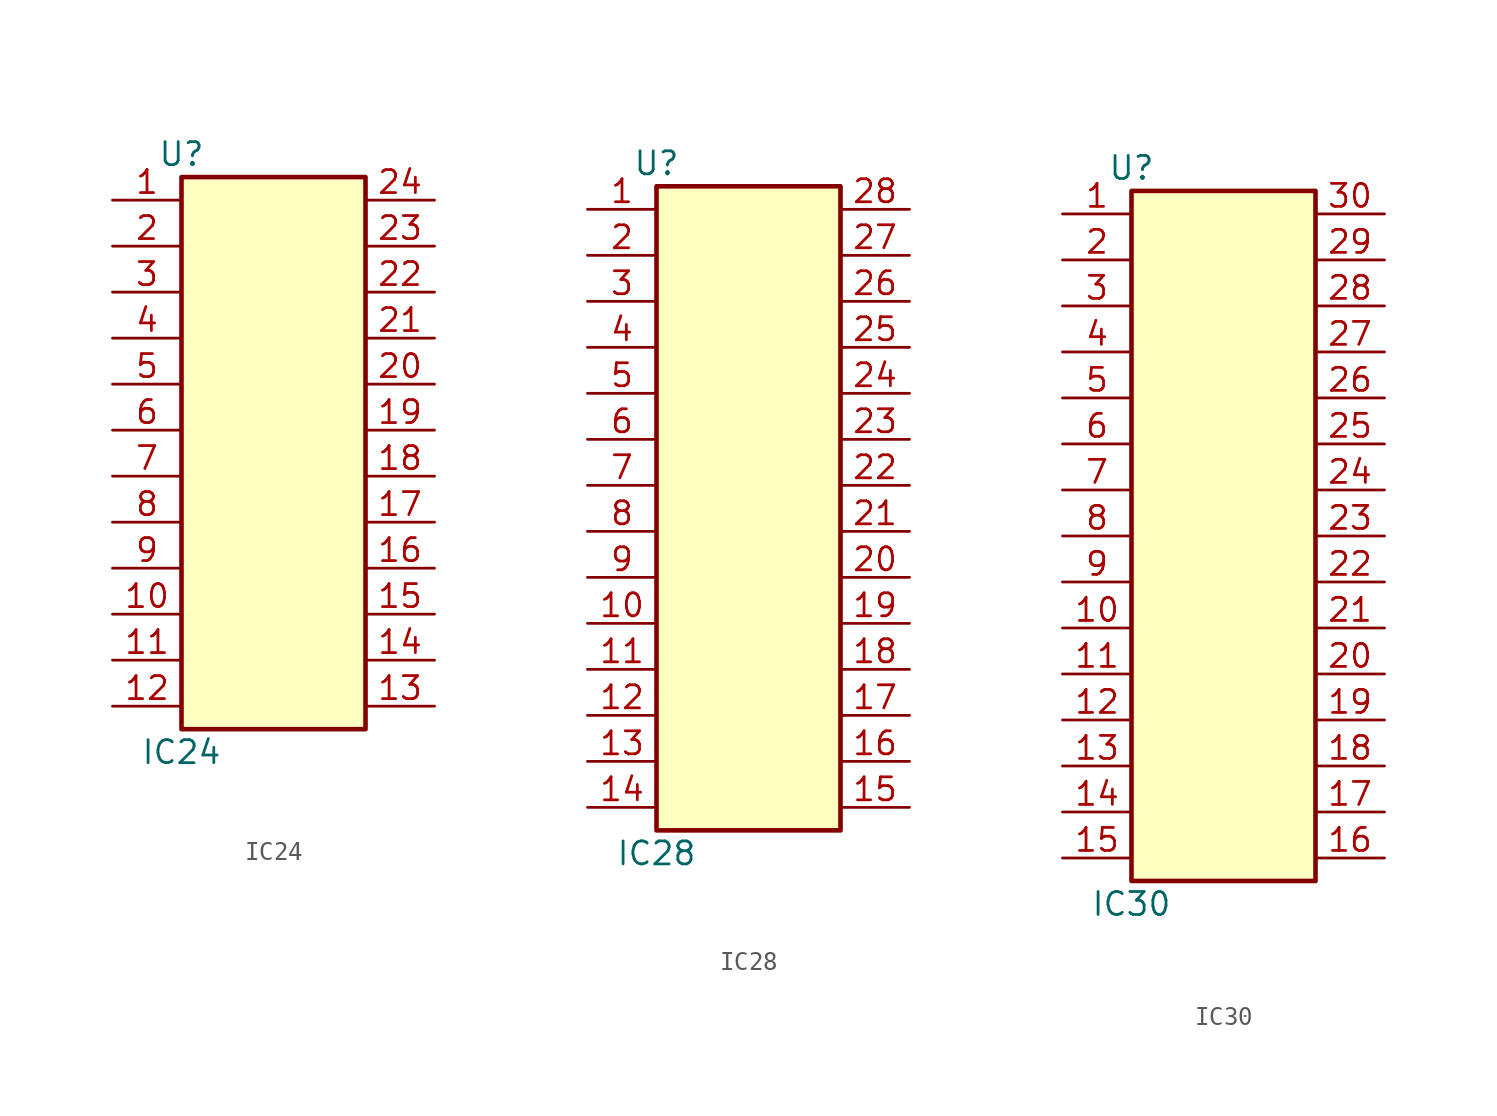
<source format=kicad_sym>
(kicad_symbol_lib
  (version 20211014)
  (generator kicad_symbol_editor)
  (symbol "IC24"
    (property "Reference" "U"
      (at -5.08 15.24 0)
      (effects (font (size 1.27 1.27))))
    (property "Value" "IC24"
      (at -5.08 -17.78 0)
      (effects (font (size 1.27 1.27))))
    (symbol "IC24_1_1"
      (rectangle (start -5.08 13.97) (end 5.08 -16.51) (stroke (width 0.254) (type default) (color 0 0 0 0)) (fill (type background)))
      (pin passive line (at -8.89 12.7 0) (length 3.81) (name "~" (effects (font (size 1.27 1.27)))) (number "1" (effects (font (size 1.27 1.27)))))
      (pin passive line (at -8.89 -10.16 0) (length 3.81) (name "~" (effects (font (size 1.27 1.27)))) (number "10" (effects (font (size 1.27 1.27)))))
      (pin passive line (at -8.89 -12.7 0) (length 3.81) (name "~" (effects (font (size 1.27 1.27)))) (number "11" (effects (font (size 1.27 1.27)))))
      (pin passive line (at -8.89 -15.24 0) (length 3.81) (name "~" (effects (font (size 1.27 1.27)))) (number "12" (effects (font (size 1.27 1.27)))))
      (pin passive line (at 8.89 -15.24 180) (length 3.81) (name "~" (effects (font (size 1.27 1.27)))) (number "13" (effects (font (size 1.27 1.27)))))
      (pin passive line (at 8.89 -12.7 180) (length 3.81) (name "~" (effects (font (size 1.27 1.27)))) (number "14" (effects (font (size 1.27 1.27)))))
      (pin passive line (at 8.89 -10.16 180) (length 3.81) (name "~" (effects (font (size 1.27 1.27)))) (number "15" (effects (font (size 1.27 1.27)))))
      (pin passive line (at 8.89 -7.62 180) (length 3.81) (name "~" (effects (font (size 1.27 1.27)))) (number "16" (effects (font (size 1.27 1.27)))))
      (pin passive line (at 8.89 -5.08 180) (length 3.81) (name "~" (effects (font (size 1.27 1.27)))) (number "17" (effects (font (size 1.27 1.27)))))
      (pin passive line (at 8.89 -2.54 180) (length 3.81) (name "~" (effects (font (size 1.27 1.27)))) (number "18" (effects (font (size 1.27 1.27)))))
      (pin passive line (at 8.89 0 180) (length 3.81) (name "~" (effects (font (size 1.27 1.27)))) (number "19" (effects (font (size 1.27 1.27)))))
      (pin passive line (at -8.89 10.16 0) (length 3.81) (name "~" (effects (font (size 1.27 1.27)))) (number "2" (effects (font (size 1.27 1.27)))))
      (pin passive line (at 8.89 2.54 180) (length 3.81) (name "~" (effects (font (size 1.27 1.27)))) (number "20" (effects (font (size 1.27 1.27)))))
      (pin passive line (at 8.89 5.08 180) (length 3.81) (name "~" (effects (font (size 1.27 1.27)))) (number "21" (effects (font (size 1.27 1.27)))))
      (pin passive line (at 8.89 7.62 180) (length 3.81) (name "~" (effects (font (size 1.27 1.27)))) (number "22" (effects (font (size 1.27 1.27)))))
      (pin passive line (at 8.89 10.16 180) (length 3.81) (name "~" (effects (font (size 1.27 1.27)))) (number "23" (effects (font (size 1.27 1.27)))))
      (pin passive line (at 8.89 12.7 180) (length 3.81) (name "~" (effects (font (size 1.27 1.27)))) (number "24" (effects (font (size 1.27 1.27)))))
      (pin passive line (at -8.89 7.62 0) (length 3.81) (name "~" (effects (font (size 1.27 1.27)))) (number "3" (effects (font (size 1.27 1.27)))))
      (pin passive line (at -8.89 5.08 0) (length 3.81) (name "~" (effects (font (size 1.27 1.27)))) (number "4" (effects (font (size 1.27 1.27)))))
      (pin passive line (at -8.89 2.54 0) (length 3.81) (name "~" (effects (font (size 1.27 1.27)))) (number "5" (effects (font (size 1.27 1.27)))))
      (pin passive line (at -8.89 0 0) (length 3.81) (name "~" (effects (font (size 1.27 1.27)))) (number "6" (effects (font (size 1.27 1.27)))))
      (pin passive line (at -8.89 -2.54 0) (length 3.81) (name "~" (effects (font (size 1.27 1.27)))) (number "7" (effects (font (size 1.27 1.27)))))
      (pin passive line (at -8.89 -5.08 0) (length 3.81) (name "~" (effects (font (size 1.27 1.27)))) (number "8" (effects (font (size 1.27 1.27)))))
      (pin passive line (at -8.89 -7.62 0) (length 3.81) (name "~" (effects (font (size 1.27 1.27)))) (number "9" (effects (font (size 1.27 1.27)))))))
  (symbol "IC28"
    (property "Reference" "U"
      (at -5.08 17.78 0)
      (effects (font (size 1.27 1.27))))
    (property "Value" "IC28"
      (at -5.08 -20.32 0)
      (effects (font (size 1.27 1.27))))
    (symbol "IC28_1_1"
      (rectangle (start -5.08 16.51) (end 5.08 -19.05) (stroke (width 0.254) (type default) (color 0 0 0 0)) (fill (type background)))
      (pin passive line (at -8.89 15.24 0) (length 3.81) (name "~" (effects (font (size 1.27 1.27)))) (number "1" (effects (font (size 1.27 1.27)))))
      (pin passive line (at -8.89 -7.62 0) (length 3.81) (name "~" (effects (font (size 1.27 1.27)))) (number "10" (effects (font (size 1.27 1.27)))))
      (pin passive line (at -8.89 -10.16 0) (length 3.81) (name "~" (effects (font (size 1.27 1.27)))) (number "11" (effects (font (size 1.27 1.27)))))
      (pin passive line (at -8.89 -12.7 0) (length 3.81) (name "~" (effects (font (size 1.27 1.27)))) (number "12" (effects (font (size 1.27 1.27)))))
      (pin passive line (at -8.89 -15.24 0) (length 3.81) (name "~" (effects (font (size 1.27 1.27)))) (number "13" (effects (font (size 1.27 1.27)))))
      (pin passive line (at -8.89 -17.78 0) (length 3.81) (name "~" (effects (font (size 1.27 1.27)))) (number "14" (effects (font (size 1.27 1.27)))))
      (pin passive line (at 8.89 -17.78 180) (length 3.81) (name "~" (effects (font (size 1.27 1.27)))) (number "15" (effects (font (size 1.27 1.27)))))
      (pin passive line (at 8.89 -15.24 180) (length 3.81) (name "~" (effects (font (size 1.27 1.27)))) (number "16" (effects (font (size 1.27 1.27)))))
      (pin passive line (at 8.89 -12.7 180) (length 3.81) (name "~" (effects (font (size 1.27 1.27)))) (number "17" (effects (font (size 1.27 1.27)))))
      (pin passive line (at 8.89 -10.16 180) (length 3.81) (name "~" (effects (font (size 1.27 1.27)))) (number "18" (effects (font (size 1.27 1.27)))))
      (pin passive line (at 8.89 -7.62 180) (length 3.81) (name "~" (effects (font (size 1.27 1.27)))) (number "19" (effects (font (size 1.27 1.27)))))
      (pin passive line (at -8.89 12.7 0) (length 3.81) (name "~" (effects (font (size 1.27 1.27)))) (number "2" (effects (font (size 1.27 1.27)))))
      (pin passive line (at 8.89 -5.08 180) (length 3.81) (name "~" (effects (font (size 1.27 1.27)))) (number "20" (effects (font (size 1.27 1.27)))))
      (pin passive line (at 8.89 -2.54 180) (length 3.81) (name "~" (effects (font (size 1.27 1.27)))) (number "21" (effects (font (size 1.27 1.27)))))
      (pin passive line (at 8.89 0 180) (length 3.81) (name "~" (effects (font (size 1.27 1.27)))) (number "22" (effects (font (size 1.27 1.27)))))
      (pin passive line (at 8.89 2.54 180) (length 3.81) (name "~" (effects (font (size 1.27 1.27)))) (number "23" (effects (font (size 1.27 1.27)))))
      (pin passive line (at 8.89 5.08 180) (length 3.81) (name "~" (effects (font (size 1.27 1.27)))) (number "24" (effects (font (size 1.27 1.27)))))
      (pin passive line (at 8.89 7.62 180) (length 3.81) (name "~" (effects (font (size 1.27 1.27)))) (number "25" (effects (font (size 1.27 1.27)))))
      (pin passive line (at 8.89 10.16 180) (length 3.81) (name "~" (effects (font (size 1.27 1.27)))) (number "26" (effects (font (size 1.27 1.27)))))
      (pin passive line (at 8.89 12.7 180) (length 3.81) (name "~" (effects (font (size 1.27 1.27)))) (number "27" (effects (font (size 1.27 1.27)))))
      (pin passive line (at 8.89 15.24 180) (length 3.81) (name "~" (effects (font (size 1.27 1.27)))) (number "28" (effects (font (size 1.27 1.27)))))
      (pin passive line (at -8.89 10.16 0) (length 3.81) (name "~" (effects (font (size 1.27 1.27)))) (number "3" (effects (font (size 1.27 1.27)))))
      (pin passive line (at -8.89 7.62 0) (length 3.81) (name "~" (effects (font (size 1.27 1.27)))) (number "4" (effects (font (size 1.27 1.27)))))
      (pin passive line (at -8.89 5.08 0) (length 3.81) (name "~" (effects (font (size 1.27 1.27)))) (number "5" (effects (font (size 1.27 1.27)))))
      (pin passive line (at -8.89 2.54 0) (length 3.81) (name "~" (effects (font (size 1.27 1.27)))) (number "6" (effects (font (size 1.27 1.27)))))
      (pin passive line (at -8.89 0 0) (length 3.81) (name "~" (effects (font (size 1.27 1.27)))) (number "7" (effects (font (size 1.27 1.27)))))
      (pin passive line (at -8.89 -2.54 0) (length 3.81) (name "~" (effects (font (size 1.27 1.27)))) (number "8" (effects (font (size 1.27 1.27)))))
      (pin passive line (at -8.89 -5.08 0) (length 3.81) (name "~" (effects (font (size 1.27 1.27)))) (number "9" (effects (font (size 1.27 1.27)))))))
  (symbol "IC30"
    (property "Reference" "U"
      (at -5.08 20.32 0)
      (effects (font (size 1.27 1.27))))
    (property "Value" "IC30"
      (at -5.08 -20.32 0)
      (effects (font (size 1.27 1.27))))
    (symbol "IC30_1_1"
      (rectangle (start -5.08 19.05) (end 5.08 -19.05) (stroke (width 0.254) (type default) (color 0 0 0 0)) (fill (type background)))
      (pin passive line (at -8.89 17.78 0) (length 3.81) (name "~" (effects (font (size 1.27 1.27)))) (number "1" (effects (font (size 1.27 1.27)))))
      (pin passive line (at -8.89 -5.08 0) (length 3.81) (name "~" (effects (font (size 1.27 1.27)))) (number "10" (effects (font (size 1.27 1.27)))))
      (pin passive line (at -8.89 -7.62 0) (length 3.81) (name "~" (effects (font (size 1.27 1.27)))) (number "11" (effects (font (size 1.27 1.27)))))
      (pin passive line (at -8.89 -10.16 0) (length 3.81) (name "~" (effects (font (size 1.27 1.27)))) (number "12" (effects (font (size 1.27 1.27)))))
      (pin passive line (at -8.89 -12.7 0) (length 3.81) (name "~" (effects (font (size 1.27 1.27)))) (number "13" (effects (font (size 1.27 1.27)))))
      (pin passive line (at -8.89 -15.24 0) (length 3.81) (name "~" (effects (font (size 1.27 1.27)))) (number "14" (effects (font (size 1.27 1.27)))))
      (pin passive line (at -8.89 -17.78 0) (length 3.81) (name "~" (effects (font (size 1.27 1.27)))) (number "15" (effects (font (size 1.27 1.27)))))
      (pin passive line (at 8.89 -17.78 180) (length 3.81) (name "~" (effects (font (size 1.27 1.27)))) (number "16" (effects (font (size 1.27 1.27)))))
      (pin passive line (at 8.89 -15.24 180) (length 3.81) (name "~" (effects (font (size 1.27 1.27)))) (number "17" (effects (font (size 1.27 1.27)))))
      (pin passive line (at 8.89 -12.7 180) (length 3.81) (name "~" (effects (font (size 1.27 1.27)))) (number "18" (effects (font (size 1.27 1.27)))))
      (pin passive line (at 8.89 -10.16 180) (length 3.81) (name "~" (effects (font (size 1.27 1.27)))) (number "19" (effects (font (size 1.27 1.27)))))
      (pin passive line (at -8.89 15.24 0) (length 3.81) (name "~" (effects (font (size 1.27 1.27)))) (number "2" (effects (font (size 1.27 1.27)))))
      (pin passive line (at 8.89 -7.62 180) (length 3.81) (name "~" (effects (font (size 1.27 1.27)))) (number "20" (effects (font (size 1.27 1.27)))))
      (pin passive line (at 8.89 -5.08 180) (length 3.81) (name "~" (effects (font (size 1.27 1.27)))) (number "21" (effects (font (size 1.27 1.27)))))
      (pin passive line (at 8.89 -2.54 180) (length 3.81) (name "~" (effects (font (size 1.27 1.27)))) (number "22" (effects (font (size 1.27 1.27)))))
      (pin passive line (at 8.89 0 180) (length 3.81) (name "~" (effects (font (size 1.27 1.27)))) (number "23" (effects (font (size 1.27 1.27)))))
      (pin passive line (at 8.89 2.54 180) (length 3.81) (name "~" (effects (font (size 1.27 1.27)))) (number "24" (effects (font (size 1.27 1.27)))))
      (pin passive line (at 8.89 5.08 180) (length 3.81) (name "~" (effects (font (size 1.27 1.27)))) (number "25" (effects (font (size 1.27 1.27)))))
      (pin passive line (at 8.89 7.62 180) (length 3.81) (name "~" (effects (font (size 1.27 1.27)))) (number "26" (effects (font (size 1.27 1.27)))))
      (pin passive line (at 8.89 10.16 180) (length 3.81) (name "~" (effects (font (size 1.27 1.27)))) (number "27" (effects (font (size 1.27 1.27)))))
      (pin passive line (at 8.89 12.7 180) (length 3.81) (name "~" (effects (font (size 1.27 1.27)))) (number "28" (effects (font (size 1.27 1.27)))))
      (pin passive line (at 8.89 15.24 180) (length 3.81) (name "~" (effects (font (size 1.27 1.27)))) (number "29" (effects (font (size 1.27 1.27)))))
      (pin passive line (at -8.89 12.7 0) (length 3.81) (name "~" (effects (font (size 1.27 1.27)))) (number "3" (effects (font (size 1.27 1.27)))))
      (pin passive line (at 8.89 17.78 180) (length 3.81) (name "~" (effects (font (size 1.27 1.27)))) (number "30" (effects (font (size 1.27 1.27)))))
      (pin passive line (at -8.89 10.16 0) (length 3.81) (name "~" (effects (font (size 1.27 1.27)))) (number "4" (effects (font (size 1.27 1.27)))))
      (pin passive line (at -8.89 7.62 0) (length 3.81) (name "~" (effects (font (size 1.27 1.27)))) (number "5" (effects (font (size 1.27 1.27)))))
      (pin passive line (at -8.89 5.08 0) (length 3.81) (name "~" (effects (font (size 1.27 1.27)))) (number "6" (effects (font (size 1.27 1.27)))))
      (pin passive line (at -8.89 2.54 0) (length 3.81) (name "~" (effects (font (size 1.27 1.27)))) (number "7" (effects (font (size 1.27 1.27)))))
      (pin passive line (at -8.89 0 0) (length 3.81) (name "~" (effects (font (size 1.27 1.27)))) (number "8" (effects (font (size 1.27 1.27)))))
      (pin passive line (at -8.89 -2.54 0) (length 3.81) (name "~" (effects (font (size 1.27 1.27)))) (number "9" (effects (font (size 1.27 1.27))))))))
</source>
